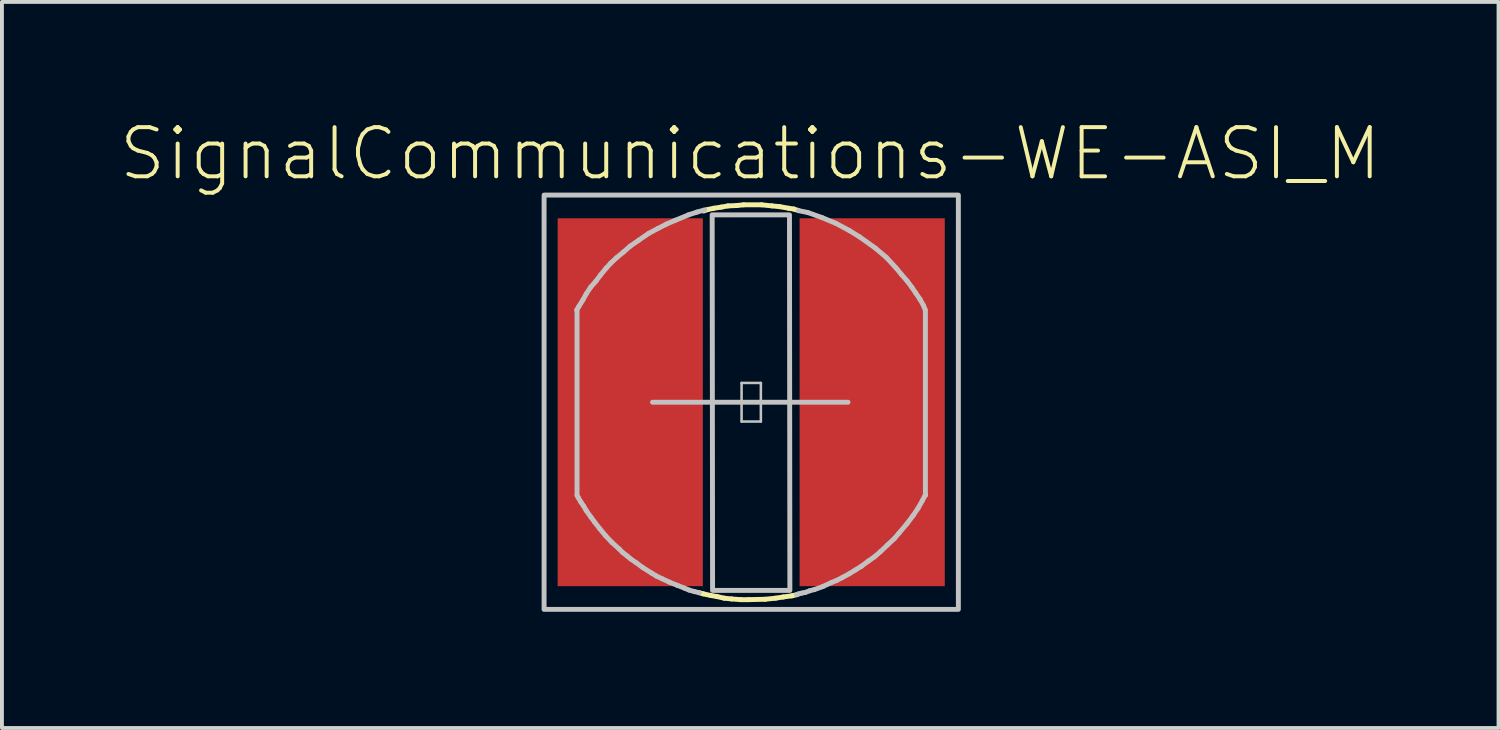
<source format=kicad_pcb>
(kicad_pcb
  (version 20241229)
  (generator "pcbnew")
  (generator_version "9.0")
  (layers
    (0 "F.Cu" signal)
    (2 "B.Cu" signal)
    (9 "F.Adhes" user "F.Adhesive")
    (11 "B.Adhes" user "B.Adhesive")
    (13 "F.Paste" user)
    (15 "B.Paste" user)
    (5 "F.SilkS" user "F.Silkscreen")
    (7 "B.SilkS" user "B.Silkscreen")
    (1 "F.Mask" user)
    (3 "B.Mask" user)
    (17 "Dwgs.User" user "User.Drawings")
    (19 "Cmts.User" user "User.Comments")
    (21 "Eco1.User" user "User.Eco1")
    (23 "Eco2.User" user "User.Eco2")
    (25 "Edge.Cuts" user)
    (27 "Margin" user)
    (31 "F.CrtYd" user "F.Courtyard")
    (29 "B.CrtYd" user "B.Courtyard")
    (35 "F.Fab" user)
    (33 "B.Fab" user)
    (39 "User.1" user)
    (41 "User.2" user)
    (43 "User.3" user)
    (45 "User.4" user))
  (footprint "SignalCommunications-WE-ASI_M"
    (layer "F.Cu")
    (at 16.349 7.337)
    (property "Reference" "SignalCommunications-WE-ASI_M" (at -0.025 -6.416 0) (layer "F.SilkS") (effects (font (size 1.27 1.27) (thickness 0.102))))
    (attr smd)
    (fp_line (start -1.339 4.92) (end -1.24 4.948) (stroke (width 0.127) (type solid)) (layer "F.SilkS"))
    (fp_line (start -1.24 4.948) (end -1.049 4.989) (stroke (width 0.127) (type solid)) (layer "F.SilkS"))
    (fp_line (start -1.229 -4.938) (end -1.118 -4.978) (stroke (width 0.127) (type solid)) (layer "F.SilkS"))
    (fp_line (start -1.118 -4.978) (end -0.968 -5.009) (stroke (width 0.127) (type solid)) (layer "F.SilkS"))
    (fp_line (start -1.049 4.989) (end -0.879 5.019) (stroke (width 0.127) (type solid)) (layer "F.SilkS"))
    (fp_line (start -0.968 -5.009) (end -0.77 -5.039) (stroke (width 0.127) (type solid)) (layer "F.SilkS"))
    (fp_line (start -0.879 5.019) (end -0.699 5.06) (stroke (width 0.127) (type solid)) (layer "F.SilkS"))
    (fp_line (start -0.77 -5.039) (end -0.599 -5.07) (stroke (width 0.127) (type solid)) (layer "F.SilkS"))
    (fp_line (start -0.699 5.06) (end -0.508 5.08) (stroke (width 0.127) (type solid)) (layer "F.SilkS"))
    (fp_line (start -0.599 -5.07) (end -0.368 -5.08) (stroke (width 0.127) (type solid)) (layer "F.SilkS"))
    (fp_line (start -0.508 5.08) (end -0.269 5.098) (stroke (width 0.127) (type solid)) (layer "F.SilkS"))
    (fp_line (start -0.368 -5.08) (end -0.198 -5.098) (stroke (width 0.127) (type solid)) (layer "F.SilkS"))
    (fp_line (start -0.269 5.098) (end -0.069 5.098) (stroke (width 0.127) (type solid)) (layer "F.SilkS"))
    (fp_line (start -0.198 -5.098) (end 0.269 -5.098) (stroke (width 0.127) (type solid)) (layer "F.SilkS"))
    (fp_line (start -0.069 5.098) (end 0.358 5.088) (stroke (width 0.127) (type solid)) (layer "F.SilkS"))
    (fp_line (start 0.269 -5.098) (end 0.538 -5.07) (stroke (width 0.127) (type solid)) (layer "F.SilkS"))
    (fp_line (start 0.358 5.088) (end 0.63 5.06) (stroke (width 0.127) (type solid)) (layer "F.SilkS"))
    (fp_line (start 0.538 -5.07) (end 0.739 -5.05) (stroke (width 0.127) (type solid)) (layer "F.SilkS"))
    (fp_line (start 0.63 5.06) (end 0.828 5.029) (stroke (width 0.127) (type solid)) (layer "F.SilkS"))
    (fp_line (start 0.739 -5.05) (end 0.968 -5.009) (stroke (width 0.127) (type solid)) (layer "F.SilkS"))
    (fp_line (start 0.828 5.029) (end 1.049 4.999) (stroke (width 0.127) (type solid)) (layer "F.SilkS"))
    (fp_line (start 0.968 -5.009) (end 1.1 -4.989) (stroke (width 0.127) (type solid)) (layer "F.SilkS"))
    (fp_line (start 1.049 4.999) (end 1.189 4.968) (stroke (width 0.127) (type solid)) (layer "F.SilkS"))
    (fp_line (start 1.1 -4.989) (end 1.229 -4.948) (stroke (width 0.127) (type solid)) (layer "F.SilkS"))
    (fp_line (start -4.508 -2.38) (end -4.448 -2.479) (stroke (width 0.127) (type solid)) (layer "Dwgs.User"))
    (fp_line (start -4.498 2.398) (end -4.498 -2.388) (stroke (width 0.127) (type solid)) (layer "Dwgs.User"))
    (fp_line (start -4.498 2.408) (end -4.468 2.459) (stroke (width 0.127) (type solid)) (layer "Dwgs.User"))
    (fp_line (start -4.468 2.459) (end -4.399 2.578) (stroke (width 0.127) (type solid)) (layer "Dwgs.User"))
    (fp_line (start -4.448 -2.479) (end -4.348 -2.639) (stroke (width 0.127) (type solid)) (layer "Dwgs.User"))
    (fp_line (start -4.399 2.578) (end -4.328 2.68) (stroke (width 0.127) (type solid)) (layer "Dwgs.User"))
    (fp_line (start -4.348 -2.639) (end -4.26 -2.799) (stroke (width 0.127) (type solid)) (layer "Dwgs.User"))
    (fp_line (start -4.328 2.68) (end -4.26 2.799) (stroke (width 0.127) (type solid)) (layer "Dwgs.User"))
    (fp_line (start -4.26 -2.799) (end -4.148 -2.969) (stroke (width 0.127) (type solid)) (layer "Dwgs.User"))
    (fp_line (start -4.26 2.799) (end -4.138 2.969) (stroke (width 0.127) (type solid)) (layer "Dwgs.User"))
    (fp_line (start -4.148 -2.969) (end -4.008 -3.129) (stroke (width 0.127) (type solid)) (layer "Dwgs.User"))
    (fp_line (start -4.138 2.969) (end -4.049 3.089) (stroke (width 0.127) (type solid)) (layer "Dwgs.User"))
    (fp_line (start -4.049 3.089) (end -3.909 3.269) (stroke (width 0.127) (type solid)) (layer "Dwgs.User"))
    (fp_line (start -4.008 -3.129) (end -3.889 -3.289) (stroke (width 0.127) (type solid)) (layer "Dwgs.User"))
    (fp_line (start -3.909 3.269) (end -3.759 3.449) (stroke (width 0.127) (type solid)) (layer "Dwgs.User"))
    (fp_line (start -3.889 -3.289) (end -3.749 -3.459) (stroke (width 0.127) (type solid)) (layer "Dwgs.User"))
    (fp_line (start -3.759 3.449) (end -3.599 3.619) (stroke (width 0.127) (type solid)) (layer "Dwgs.User"))
    (fp_line (start -3.749 -3.459) (end -3.63 -3.589) (stroke (width 0.127) (type solid)) (layer "Dwgs.User"))
    (fp_line (start -3.63 -3.589) (end -3.48 -3.729) (stroke (width 0.127) (type solid)) (layer "Dwgs.User"))
    (fp_line (start -3.599 3.619) (end -3.409 3.79) (stroke (width 0.127) (type solid)) (layer "Dwgs.User"))
    (fp_line (start -3.48 -3.729) (end -3.299 -3.879) (stroke (width 0.127) (type solid)) (layer "Dwgs.User"))
    (fp_line (start -3.409 3.79) (end -3.32 3.879) (stroke (width 0.127) (type solid)) (layer "Dwgs.User"))
    (fp_line (start -3.32 3.879) (end -3.208 3.967) (stroke (width 0.127) (type solid)) (layer "Dwgs.User"))
    (fp_line (start -3.299 -3.879) (end -3.129 -4.028) (stroke (width 0.127) (type solid)) (layer "Dwgs.User"))
    (fp_line (start -3.208 3.967) (end -3.109 4.049) (stroke (width 0.127) (type solid)) (layer "Dwgs.User"))
    (fp_line (start -3.129 -4.028) (end -2.898 -4.188) (stroke (width 0.127) (type solid)) (layer "Dwgs.User"))
    (fp_line (start -3.109 4.049) (end -2.979 4.138) (stroke (width 0.127) (type solid)) (layer "Dwgs.User"))
    (fp_line (start -2.979 4.138) (end -2.799 4.27) (stroke (width 0.127) (type solid)) (layer "Dwgs.User"))
    (fp_line (start -2.898 -4.188) (end -2.649 -4.359) (stroke (width 0.127) (type solid)) (layer "Dwgs.User"))
    (fp_line (start -2.799 4.27) (end -2.578 4.409) (stroke (width 0.127) (type solid)) (layer "Dwgs.User"))
    (fp_line (start -2.649 -4.359) (end -2.408 -4.488) (stroke (width 0.127) (type solid)) (layer "Dwgs.User"))
    (fp_line (start -2.578 4.409) (end -2.449 4.488) (stroke (width 0.127) (type solid)) (layer "Dwgs.User"))
    (fp_line (start -2.548 0) (end 2.499 0) (stroke (width 0.127) (type solid)) (layer "Dwgs.User"))
    (fp_line (start -2.449 4.488) (end -2.299 4.559) (stroke (width 0.127) (type solid)) (layer "Dwgs.User"))
    (fp_line (start -2.408 -4.488) (end -2.189 -4.6) (stroke (width 0.127) (type solid)) (layer "Dwgs.User"))
    (fp_line (start -2.299 4.559) (end -2.108 4.648) (stroke (width 0.127) (type solid)) (layer "Dwgs.User"))
    (fp_line (start -2.189 -4.6) (end -1.958 -4.699) (stroke (width 0.127) (type solid)) (layer "Dwgs.User"))
    (fp_line (start -2.108 4.648) (end -1.908 4.729) (stroke (width 0.127) (type solid)) (layer "Dwgs.User"))
    (fp_line (start -1.958 -4.699) (end -1.618 -4.839) (stroke (width 0.127) (type solid)) (layer "Dwgs.User"))
    (fp_line (start -1.908 4.729) (end -1.73 4.798) (stroke (width 0.127) (type solid)) (layer "Dwgs.User"))
    (fp_line (start -1.73 4.798) (end -1.608 4.849) (stroke (width 0.127) (type solid)) (layer "Dwgs.User"))
    (fp_line (start -1.618 -4.839) (end -1.4 -4.91) (stroke (width 0.127) (type solid)) (layer "Dwgs.User"))
    (fp_line (start -1.608 4.849) (end -1.468 4.889) (stroke (width 0.127) (type solid)) (layer "Dwgs.User"))
    (fp_line (start -1.468 4.889) (end -1.339 4.92) (stroke (width 0.127) (type solid)) (layer "Dwgs.User"))
    (fp_line (start -1.4 -4.91) (end -1.199 -4.968) (stroke (width 0.127) (type solid)) (layer "Dwgs.User"))
    (fp_line (start -0.249 -0.498) (end 0.249 -0.498) (stroke (width 0.066) (type solid)) (layer "Dwgs.User"))
    (fp_line (start -0.249 0.498) (end -0.249 -0.498) (stroke (width 0.066) (type solid)) (layer "Dwgs.User"))
    (fp_line (start -0.249 0.498) (end 0.249 0.498) (stroke (width 0.066) (type solid)) (layer "Dwgs.User"))
    (fp_line (start 0.249 0.498) (end 0.249 -0.498) (stroke (width 0.066) (type solid)) (layer "Dwgs.User"))
    (fp_line (start 1.168 4.968) (end 1.229 4.948) (stroke (width 0.127) (type solid)) (layer "Dwgs.User"))
    (fp_line (start 1.229 4.948) (end 1.308 4.928) (stroke (width 0.127) (type solid)) (layer "Dwgs.User"))
    (fp_line (start 1.308 4.928) (end 1.4 4.91) (stroke (width 0.127) (type solid)) (layer "Dwgs.User"))
    (fp_line (start 1.4 4.91) (end 1.509 4.869) (stroke (width 0.127) (type solid)) (layer "Dwgs.User"))
    (fp_line (start 1.458 -4.9) (end 1.219 -4.948) (stroke (width 0.127) (type solid)) (layer "Dwgs.User"))
    (fp_line (start 1.509 4.869) (end 1.628 4.839) (stroke (width 0.127) (type solid)) (layer "Dwgs.User"))
    (fp_line (start 1.628 4.839) (end 1.849 4.76) (stroke (width 0.127) (type solid)) (layer "Dwgs.User"))
    (fp_line (start 1.829 -4.768) (end 1.458 -4.9) (stroke (width 0.127) (type solid)) (layer "Dwgs.User"))
    (fp_line (start 1.849 4.76) (end 2.068 4.658) (stroke (width 0.127) (type solid)) (layer "Dwgs.User"))
    (fp_line (start 2.068 4.658) (end 2.21 4.6) (stroke (width 0.127) (type solid)) (layer "Dwgs.User"))
    (fp_line (start 2.189 -4.618) (end 1.829 -4.768) (stroke (width 0.127) (type solid)) (layer "Dwgs.User"))
    (fp_line (start 2.21 4.6) (end 2.349 4.529) (stroke (width 0.127) (type solid)) (layer "Dwgs.User"))
    (fp_line (start 2.349 4.529) (end 2.53 4.43) (stroke (width 0.127) (type solid)) (layer "Dwgs.User"))
    (fp_line (start 2.53 4.43) (end 2.697 4.328) (stroke (width 0.127) (type solid)) (layer "Dwgs.User"))
    (fp_line (start 2.54 -4.43) (end 2.189 -4.618) (stroke (width 0.127) (type solid)) (layer "Dwgs.User"))
    (fp_line (start 2.697 4.328) (end 2.84 4.239) (stroke (width 0.127) (type solid)) (layer "Dwgs.User"))
    (fp_line (start 2.799 -4.27) (end 2.54 -4.43) (stroke (width 0.127) (type solid)) (layer "Dwgs.User"))
    (fp_line (start 2.84 4.239) (end 3.028 4.1) (stroke (width 0.127) (type solid)) (layer "Dwgs.User"))
    (fp_line (start 3.028 4.1) (end 3.188 3.988) (stroke (width 0.127) (type solid)) (layer "Dwgs.User"))
    (fp_line (start 3.188 3.988) (end 3.338 3.858) (stroke (width 0.127) (type solid)) (layer "Dwgs.User"))
    (fp_line (start 3.208 -3.978) (end 2.799 -4.27) (stroke (width 0.127) (type solid)) (layer "Dwgs.User"))
    (fp_line (start 3.338 3.858) (end 3.528 3.678) (stroke (width 0.127) (type solid)) (layer "Dwgs.User"))
    (fp_line (start 3.49 -3.739) (end 3.208 -3.978) (stroke (width 0.127) (type solid)) (layer "Dwgs.User"))
    (fp_line (start 3.528 3.678) (end 3.698 3.518) (stroke (width 0.127) (type solid)) (layer "Dwgs.User"))
    (fp_line (start 3.698 3.518) (end 3.818 3.378) (stroke (width 0.127) (type solid)) (layer "Dwgs.User"))
    (fp_line (start 3.739 -3.47) (end 3.49 -3.739) (stroke (width 0.127) (type solid)) (layer "Dwgs.User"))
    (fp_line (start 3.818 3.378) (end 4.028 3.129) (stroke (width 0.127) (type solid)) (layer "Dwgs.User"))
    (fp_line (start 3.879 -3.299) (end 3.739 -3.47) (stroke (width 0.127) (type solid)) (layer "Dwgs.User"))
    (fp_line (start 4.028 -3.129) (end 3.879 -3.299) (stroke (width 0.127) (type solid)) (layer "Dwgs.User"))
    (fp_line (start 4.028 3.129) (end 4.178 2.929) (stroke (width 0.127) (type solid)) (layer "Dwgs.User"))
    (fp_line (start 4.148 -2.969) (end 4.028 -3.129) (stroke (width 0.127) (type solid)) (layer "Dwgs.User"))
    (fp_line (start 4.178 2.929) (end 4.308 2.738) (stroke (width 0.127) (type solid)) (layer "Dwgs.User"))
    (fp_line (start 4.249 -2.819) (end 4.148 -2.969) (stroke (width 0.127) (type solid)) (layer "Dwgs.User"))
    (fp_line (start 4.308 2.738) (end 4.42 2.54) (stroke (width 0.127) (type solid)) (layer "Dwgs.User"))
    (fp_line (start 4.359 -2.659) (end 4.249 -2.819) (stroke (width 0.127) (type solid)) (layer "Dwgs.User"))
    (fp_line (start 4.42 2.54) (end 4.498 2.388) (stroke (width 0.127) (type solid)) (layer "Dwgs.User"))
    (fp_line (start 4.448 -2.499) (end 4.359 -2.659) (stroke (width 0.127) (type solid)) (layer "Dwgs.User"))
    (fp_line (start 4.488 -2.398) (end 4.448 -2.499) (stroke (width 0.127) (type solid)) (layer "Dwgs.User"))
    (fp_line (start 4.498 2.388) (end 4.498 -2.38) (stroke (width 0.127) (type solid)) (layer "Dwgs.User"))
    (fp_line (start 4.498 2.408) (end 4.498 2.388) (stroke (width 0.127) (type solid)) (layer "Dwgs.User"))
    (fp_poly (pts (xy -5.349 -5.349) (xy 5.349 -5.349) (xy 5.349 5.349) (xy -5.349 5.349) (xy -5.349 -5.349)) (stroke (width 0.127) (type solid)) (fill no) (layer "Dwgs.User"))
    (fp_poly (pts (xy -1.008 -4.839) (xy 0.988 -4.839) (xy 0.998 4.859) (xy -0.998 4.859) (xy -1.008 -4.839)) (stroke (width 0.127) (type solid)) (fill no) (layer "Dwgs.User"))
    (pad "1" smd rect (at -3.124 0 90) (size 9.5 3.749) (layers "F.Cu" "F.Mask" "F.Paste"))
    (pad "2" smd rect (at 3.124 0 90) (size 9.5 3.749) (layers "F.Cu" "F.Mask" "F.Paste")))
  (gr_rect
    (start -3 -3)
    (end 35.647 15.75)
    (stroke (width 0.1) (type default))
    (fill no)
    (layer "Edge.Cuts")))
</source>
